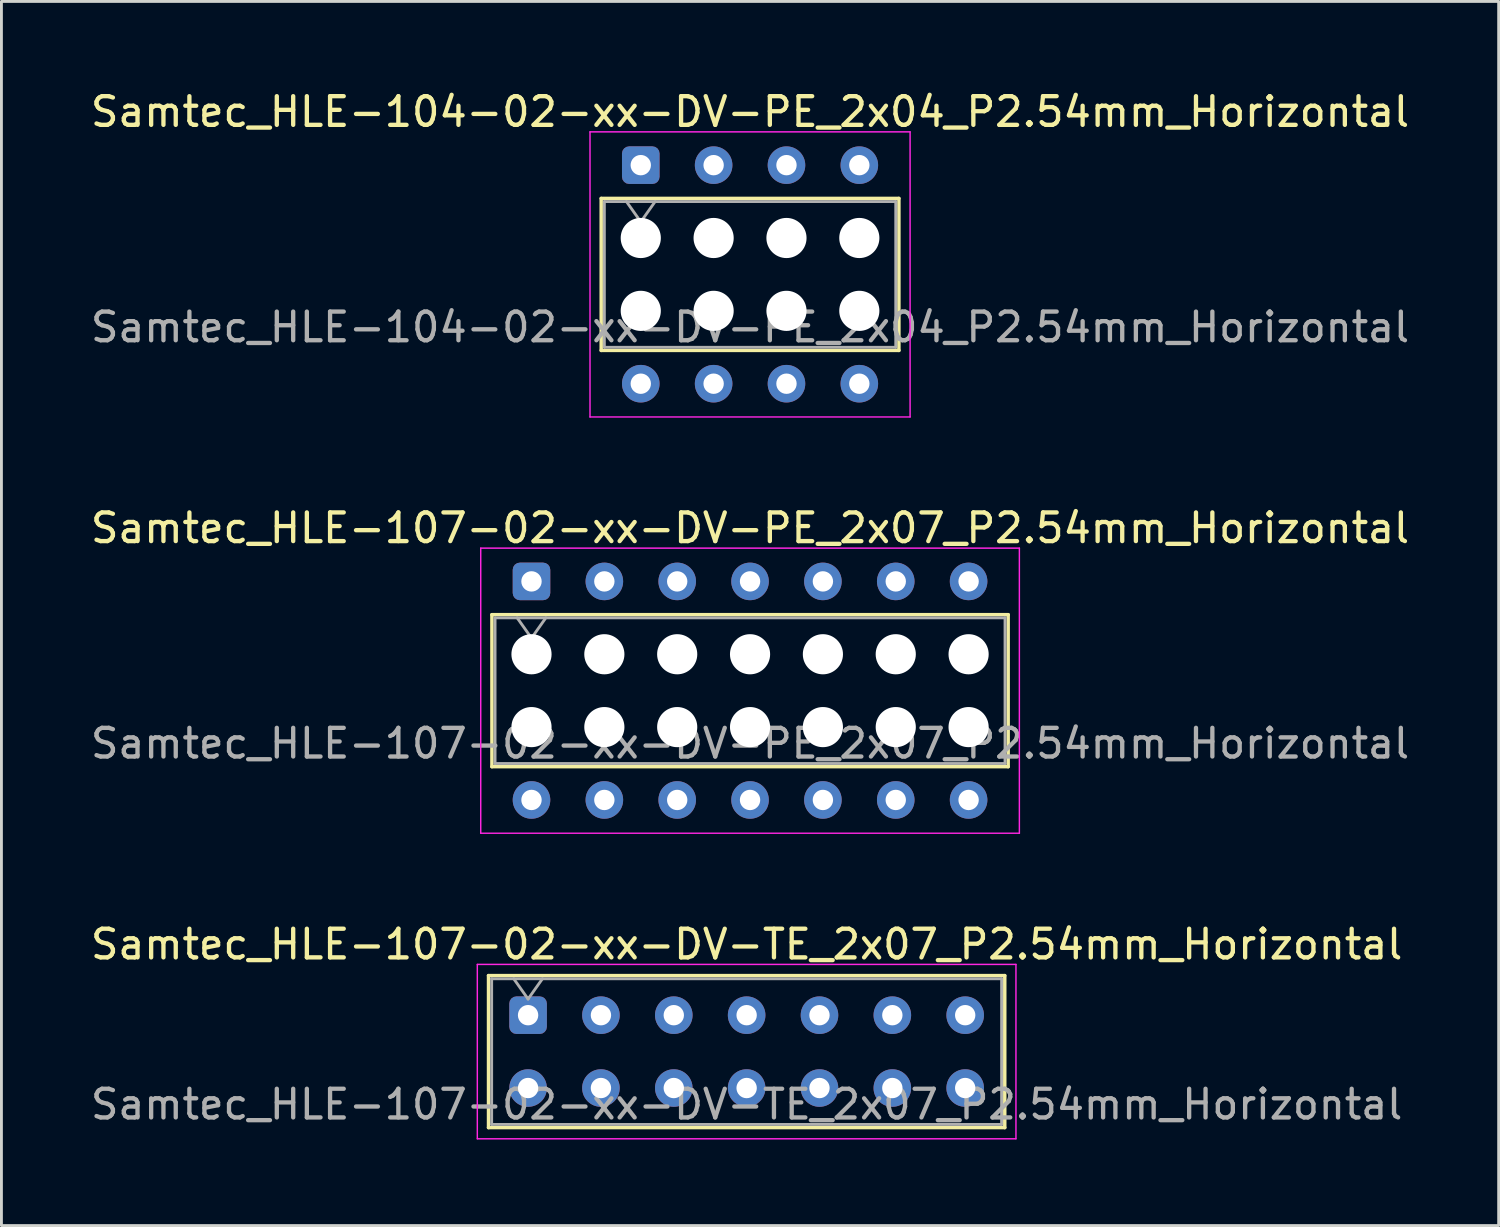
<source format=kicad_pcb>
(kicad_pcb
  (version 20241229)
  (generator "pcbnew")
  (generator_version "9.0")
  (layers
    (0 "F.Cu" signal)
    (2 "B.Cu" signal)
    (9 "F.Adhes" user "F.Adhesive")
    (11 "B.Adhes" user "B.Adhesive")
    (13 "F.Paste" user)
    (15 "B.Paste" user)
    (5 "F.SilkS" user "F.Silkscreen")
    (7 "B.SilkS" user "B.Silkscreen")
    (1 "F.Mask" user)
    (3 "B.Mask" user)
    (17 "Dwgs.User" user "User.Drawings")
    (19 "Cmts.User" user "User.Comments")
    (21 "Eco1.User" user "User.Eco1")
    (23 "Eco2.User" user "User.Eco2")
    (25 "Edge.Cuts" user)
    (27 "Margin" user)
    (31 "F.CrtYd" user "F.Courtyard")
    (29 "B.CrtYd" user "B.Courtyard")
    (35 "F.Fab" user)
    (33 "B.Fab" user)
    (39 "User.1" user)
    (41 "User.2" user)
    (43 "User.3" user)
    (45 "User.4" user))
  (footprint "Samtec_HLE-107-02-xx-DV-PE_2x07_P2.54mm_Horizontal"
    (layer "F.Cu")
    (at 15.481 17.221)
    (property "Reference" "Samtec_HLE-107-02-xx-DV-PE_2x07_P2.54mm_Horizontal" (at 7.62 -1.86 0) (layer "F.SilkS") (effects (font (size 1 1) (thickness 0.15))))
    (attr through_hole)
    (fp_line (start -1.38 1.16) (end 16.62 1.16) (stroke (width 0.12) (type solid)) (layer "F.SilkS"))
    (fp_line (start -1.38 6.46) (end -1.38 1.16) (stroke (width 0.12) (type solid)) (layer "F.SilkS"))
    (fp_line (start 16.62 1.16) (end 16.62 6.46) (stroke (width 0.12) (type solid)) (layer "F.SilkS"))
    (fp_line (start 16.62 6.46) (end -1.38 6.46) (stroke (width 0.12) (type solid)) (layer "F.SilkS"))
    (fp_line (start -1.77 -1.16) (end 17.01 -1.16) (stroke (width 0.05) (type solid)) (layer "F.CrtYd"))
    (fp_line (start -1.77 8.78) (end -1.77 -1.16) (stroke (width 0.05) (type solid)) (layer "F.CrtYd"))
    (fp_line (start 17.01 -1.16) (end 17.01 8.78) (stroke (width 0.05) (type solid)) (layer "F.CrtYd"))
    (fp_line (start 17.01 8.78) (end -1.77 8.78) (stroke (width 0.05) (type solid)) (layer "F.CrtYd"))
    (fp_line (start -1.27 1.27) (end 16.51 1.27) (stroke (width 0.1) (type solid)) (layer "F.Fab"))
    (fp_line (start -1.27 6.35) (end -1.27 1.27) (stroke (width 0.1) (type solid)) (layer "F.Fab"))
    (fp_line (start -0.5 1.27) (end 0 1.977) (stroke (width 0.1) (type solid)) (layer "F.Fab"))
    (fp_line (start 0 1.977) (end 0.5 1.27) (stroke (width 0.1) (type solid)) (layer "F.Fab"))
    (fp_line (start 16.51 1.27) (end 16.51 6.35) (stroke (width 0.1) (type solid)) (layer "F.Fab"))
    (fp_line (start 16.51 6.35) (end -1.27 6.35) (stroke (width 0.1) (type solid)) (layer "F.Fab"))
    (fp_text user "${REFERENCE}" (at 7.62 5.65 0) (layer "F.Fab") (effects (font (size 1 1) (thickness 0.15))))
    (pad "" np_thru_hole circle (at 0 2.54) (size 1.4 1.4) (drill 1.4) (layers "*.Cu" "*.Mask"))
    (pad "" np_thru_hole circle (at 0 5.08) (size 1.4 1.4) (drill 1.4) (layers "*.Cu" "*.Mask"))
    (pad "" np_thru_hole circle (at 2.54 2.54) (size 1.4 1.4) (drill 1.4) (layers "*.Cu" "*.Mask"))
    (pad "" np_thru_hole circle (at 2.54 5.08) (size 1.4 1.4) (drill 1.4) (layers "*.Cu" "*.Mask"))
    (pad "" np_thru_hole circle (at 5.08 2.54) (size 1.4 1.4) (drill 1.4) (layers "*.Cu" "*.Mask"))
    (pad "" np_thru_hole circle (at 5.08 5.08) (size 1.4 1.4) (drill 1.4) (layers "*.Cu" "*.Mask"))
    (pad "" np_thru_hole circle (at 7.62 2.54) (size 1.4 1.4) (drill 1.4) (layers "*.Cu" "*.Mask"))
    (pad "" np_thru_hole circle (at 7.62 5.08) (size 1.4 1.4) (drill 1.4) (layers "*.Cu" "*.Mask"))
    (pad "" np_thru_hole circle (at 10.16 2.54) (size 1.4 1.4) (drill 1.4) (layers "*.Cu" "*.Mask"))
    (pad "" np_thru_hole circle (at 10.16 5.08) (size 1.4 1.4) (drill 1.4) (layers "*.Cu" "*.Mask"))
    (pad "" np_thru_hole circle (at 12.7 2.54) (size 1.4 1.4) (drill 1.4) (layers "*.Cu" "*.Mask"))
    (pad "" np_thru_hole circle (at 12.7 5.08) (size 1.4 1.4) (drill 1.4) (layers "*.Cu" "*.Mask"))
    (pad "" np_thru_hole circle (at 15.24 2.54) (size 1.4 1.4) (drill 1.4) (layers "*.Cu" "*.Mask"))
    (pad "" np_thru_hole circle (at 15.24 5.08) (size 1.4 1.4) (drill 1.4) (layers "*.Cu" "*.Mask"))
    (pad "1" thru_hole roundrect (at 0 0) (size 1.31 1.31) (drill 0.71) (layers "*.Cu" "*.Mask") (roundrect_rratio 0.191))
    (pad "2" thru_hole circle (at 0 7.62) (size 1.31 1.31) (drill 0.71) (layers "*.Cu" "*.Mask"))
    (pad "3" thru_hole circle (at 2.54 0) (size 1.31 1.31) (drill 0.71) (layers "*.Cu" "*.Mask"))
    (pad "4" thru_hole circle (at 2.54 7.62) (size 1.31 1.31) (drill 0.71) (layers "*.Cu" "*.Mask"))
    (pad "5" thru_hole circle (at 5.08 0) (size 1.31 1.31) (drill 0.71) (layers "*.Cu" "*.Mask"))
    (pad "6" thru_hole circle (at 5.08 7.62) (size 1.31 1.31) (drill 0.71) (layers "*.Cu" "*.Mask"))
    (pad "7" thru_hole circle (at 7.62 0) (size 1.31 1.31) (drill 0.71) (layers "*.Cu" "*.Mask"))
    (pad "8" thru_hole circle (at 7.62 7.62) (size 1.31 1.31) (drill 0.71) (layers "*.Cu" "*.Mask"))
    (pad "9" thru_hole circle (at 10.16 0) (size 1.31 1.31) (drill 0.71) (layers "*.Cu" "*.Mask"))
    (pad "10" thru_hole circle (at 10.16 7.62) (size 1.31 1.31) (drill 0.71) (layers "*.Cu" "*.Mask"))
    (pad "11" thru_hole circle (at 12.7 0) (size 1.31 1.31) (drill 0.71) (layers "*.Cu" "*.Mask"))
    (pad "12" thru_hole circle (at 12.7 7.62) (size 1.31 1.31) (drill 0.71) (layers "*.Cu" "*.Mask"))
    (pad "13" thru_hole circle (at 15.24 0) (size 1.31 1.31) (drill 0.71) (layers "*.Cu" "*.Mask"))
    (pad "14" thru_hole circle (at 15.24 7.62) (size 1.31 1.31) (drill 0.71) (layers "*.Cu" "*.Mask")))
  (footprint "Samtec_HLE-104-02-xx-DV-PE_2x04_P2.54mm_Horizontal"
    (layer "F.Cu")
    (at 19.291 2.708)
    (property "Reference" "Samtec_HLE-104-02-xx-DV-PE_2x04_P2.54mm_Horizontal" (at 3.81 -1.86 0) (layer "F.SilkS") (effects (font (size 1 1) (thickness 0.15))))
    (attr through_hole)
    (fp_line (start -1.38 1.16) (end 9 1.16) (stroke (width 0.12) (type solid)) (layer "F.SilkS"))
    (fp_line (start -1.38 6.46) (end -1.38 1.16) (stroke (width 0.12) (type solid)) (layer "F.SilkS"))
    (fp_line (start 9 1.16) (end 9 6.46) (stroke (width 0.12) (type solid)) (layer "F.SilkS"))
    (fp_line (start 9 6.46) (end -1.38 6.46) (stroke (width 0.12) (type solid)) (layer "F.SilkS"))
    (fp_line (start -1.77 -1.16) (end 9.39 -1.16) (stroke (width 0.05) (type solid)) (layer "F.CrtYd"))
    (fp_line (start -1.77 8.78) (end -1.77 -1.16) (stroke (width 0.05) (type solid)) (layer "F.CrtYd"))
    (fp_line (start 9.39 -1.16) (end 9.39 8.78) (stroke (width 0.05) (type solid)) (layer "F.CrtYd"))
    (fp_line (start 9.39 8.78) (end -1.77 8.78) (stroke (width 0.05) (type solid)) (layer "F.CrtYd"))
    (fp_line (start -1.27 1.27) (end 8.89 1.27) (stroke (width 0.1) (type solid)) (layer "F.Fab"))
    (fp_line (start -1.27 6.35) (end -1.27 1.27) (stroke (width 0.1) (type solid)) (layer "F.Fab"))
    (fp_line (start -0.5 1.27) (end 0 1.977) (stroke (width 0.1) (type solid)) (layer "F.Fab"))
    (fp_line (start 0 1.977) (end 0.5 1.27) (stroke (width 0.1) (type solid)) (layer "F.Fab"))
    (fp_line (start 8.89 1.27) (end 8.89 6.35) (stroke (width 0.1) (type solid)) (layer "F.Fab"))
    (fp_line (start 8.89 6.35) (end -1.27 6.35) (stroke (width 0.1) (type solid)) (layer "F.Fab"))
    (fp_text user "${REFERENCE}" (at 3.81 5.65 0) (layer "F.Fab") (effects (font (size 1 1) (thickness 0.15))))
    (pad "" np_thru_hole circle (at 0 2.54) (size 1.4 1.4) (drill 1.4) (layers "*.Cu" "*.Mask"))
    (pad "" np_thru_hole circle (at 0 5.08) (size 1.4 1.4) (drill 1.4) (layers "*.Cu" "*.Mask"))
    (pad "" np_thru_hole circle (at 2.54 2.54) (size 1.4 1.4) (drill 1.4) (layers "*.Cu" "*.Mask"))
    (pad "" np_thru_hole circle (at 2.54 5.08) (size 1.4 1.4) (drill 1.4) (layers "*.Cu" "*.Mask"))
    (pad "" np_thru_hole circle (at 5.08 2.54) (size 1.4 1.4) (drill 1.4) (layers "*.Cu" "*.Mask"))
    (pad "" np_thru_hole circle (at 5.08 5.08) (size 1.4 1.4) (drill 1.4) (layers "*.Cu" "*.Mask"))
    (pad "" np_thru_hole circle (at 7.62 2.54) (size 1.4 1.4) (drill 1.4) (layers "*.Cu" "*.Mask"))
    (pad "" np_thru_hole circle (at 7.62 5.08) (size 1.4 1.4) (drill 1.4) (layers "*.Cu" "*.Mask"))
    (pad "1" thru_hole roundrect (at 0 0) (size 1.31 1.31) (drill 0.71) (layers "*.Cu" "*.Mask") (roundrect_rratio 0.191))
    (pad "2" thru_hole circle (at 0 7.62) (size 1.31 1.31) (drill 0.71) (layers "*.Cu" "*.Mask"))
    (pad "3" thru_hole circle (at 2.54 0) (size 1.31 1.31) (drill 0.71) (layers "*.Cu" "*.Mask"))
    (pad "4" thru_hole circle (at 2.54 7.62) (size 1.31 1.31) (drill 0.71) (layers "*.Cu" "*.Mask"))
    (pad "5" thru_hole circle (at 5.08 0) (size 1.31 1.31) (drill 0.71) (layers "*.Cu" "*.Mask"))
    (pad "6" thru_hole circle (at 5.08 7.62) (size 1.31 1.31) (drill 0.71) (layers "*.Cu" "*.Mask"))
    (pad "7" thru_hole circle (at 7.62 0) (size 1.31 1.31) (drill 0.71) (layers "*.Cu" "*.Mask"))
    (pad "8" thru_hole circle (at 7.62 7.62) (size 1.31 1.31) (drill 0.71) (layers "*.Cu" "*.Mask")))
  (footprint "Samtec_HLE-107-02-xx-DV-TE_2x07_P2.54mm_Horizontal"
    (layer "F.Cu")
    (at 15.362 32.345)
    (property "Reference" "Samtec_HLE-107-02-xx-DV-TE_2x07_P2.54mm_Horizontal" (at 7.62 -2.47 0) (layer "F.SilkS") (effects (font (size 1 1) (thickness 0.15))))
    (attr through_hole)
    (fp_line (start -1.38 -1.38) (end 16.62 -1.38) (stroke (width 0.12) (type solid)) (layer "F.SilkS"))
    (fp_line (start -1.38 3.92) (end -1.38 -1.38) (stroke (width 0.12) (type solid)) (layer "F.SilkS"))
    (fp_line (start 16.62 -1.38) (end 16.62 3.92) (stroke (width 0.12) (type solid)) (layer "F.SilkS"))
    (fp_line (start 16.62 3.92) (end -1.38 3.92) (stroke (width 0.12) (type solid)) (layer "F.SilkS"))
    (fp_line (start -1.77 -1.77) (end 17.01 -1.77) (stroke (width 0.05) (type solid)) (layer "F.CrtYd"))
    (fp_line (start -1.77 4.31) (end -1.77 -1.77) (stroke (width 0.05) (type solid)) (layer "F.CrtYd"))
    (fp_line (start 17.01 -1.77) (end 17.01 4.31) (stroke (width 0.05) (type solid)) (layer "F.CrtYd"))
    (fp_line (start 17.01 4.31) (end -1.77 4.31) (stroke (width 0.05) (type solid)) (layer "F.CrtYd"))
    (fp_line (start -1.27 -1.27) (end 16.51 -1.27) (stroke (width 0.1) (type solid)) (layer "F.Fab"))
    (fp_line (start -1.27 3.81) (end -1.27 -1.27) (stroke (width 0.1) (type solid)) (layer "F.Fab"))
    (fp_line (start -0.5 -1.27) (end 0 -0.563) (stroke (width 0.1) (type solid)) (layer "F.Fab"))
    (fp_line (start 0 -0.563) (end 0.5 -1.27) (stroke (width 0.1) (type solid)) (layer "F.Fab"))
    (fp_line (start 16.51 -1.27) (end 16.51 3.81) (stroke (width 0.1) (type solid)) (layer "F.Fab"))
    (fp_line (start 16.51 3.81) (end -1.27 3.81) (stroke (width 0.1) (type solid)) (layer "F.Fab"))
    (fp_text user "${REFERENCE}" (at 7.62 3.11 0) (layer "F.Fab") (effects (font (size 1 1) (thickness 0.15))))
    (pad "1" thru_hole roundrect (at 0 0) (size 1.31 1.31) (drill 0.71) (layers "*.Cu" "*.Mask") (roundrect_rratio 0.191))
    (pad "2" thru_hole circle (at 0 2.54) (size 1.31 1.31) (drill 0.71) (layers "*.Cu" "*.Mask"))
    (pad "3" thru_hole circle (at 2.54 0) (size 1.31 1.31) (drill 0.71) (layers "*.Cu" "*.Mask"))
    (pad "4" thru_hole circle (at 2.54 2.54) (size 1.31 1.31) (drill 0.71) (layers "*.Cu" "*.Mask"))
    (pad "5" thru_hole circle (at 5.08 0) (size 1.31 1.31) (drill 0.71) (layers "*.Cu" "*.Mask"))
    (pad "6" thru_hole circle (at 5.08 2.54) (size 1.31 1.31) (drill 0.71) (layers "*.Cu" "*.Mask"))
    (pad "7" thru_hole circle (at 7.62 0) (size 1.31 1.31) (drill 0.71) (layers "*.Cu" "*.Mask"))
    (pad "8" thru_hole circle (at 7.62 2.54) (size 1.31 1.31) (drill 0.71) (layers "*.Cu" "*.Mask"))
    (pad "9" thru_hole circle (at 10.16 0) (size 1.31 1.31) (drill 0.71) (layers "*.Cu" "*.Mask"))
    (pad "10" thru_hole circle (at 10.16 2.54) (size 1.31 1.31) (drill 0.71) (layers "*.Cu" "*.Mask"))
    (pad "11" thru_hole circle (at 12.7 0) (size 1.31 1.31) (drill 0.71) (layers "*.Cu" "*.Mask"))
    (pad "12" thru_hole circle (at 12.7 2.54) (size 1.31 1.31) (drill 0.71) (layers "*.Cu" "*.Mask"))
    (pad "13" thru_hole circle (at 15.24 0) (size 1.31 1.31) (drill 0.71) (layers "*.Cu" "*.Mask"))
    (pad "14" thru_hole circle (at 15.24 2.54) (size 1.31 1.31) (drill 0.71) (layers "*.Cu" "*.Mask")))
  (gr_rect
    (start -3 -3)
    (end 49.202 39.68)
    (stroke (width 0.1) (type default))
    (fill no)
    (layer "Edge.Cuts")))
</source>
